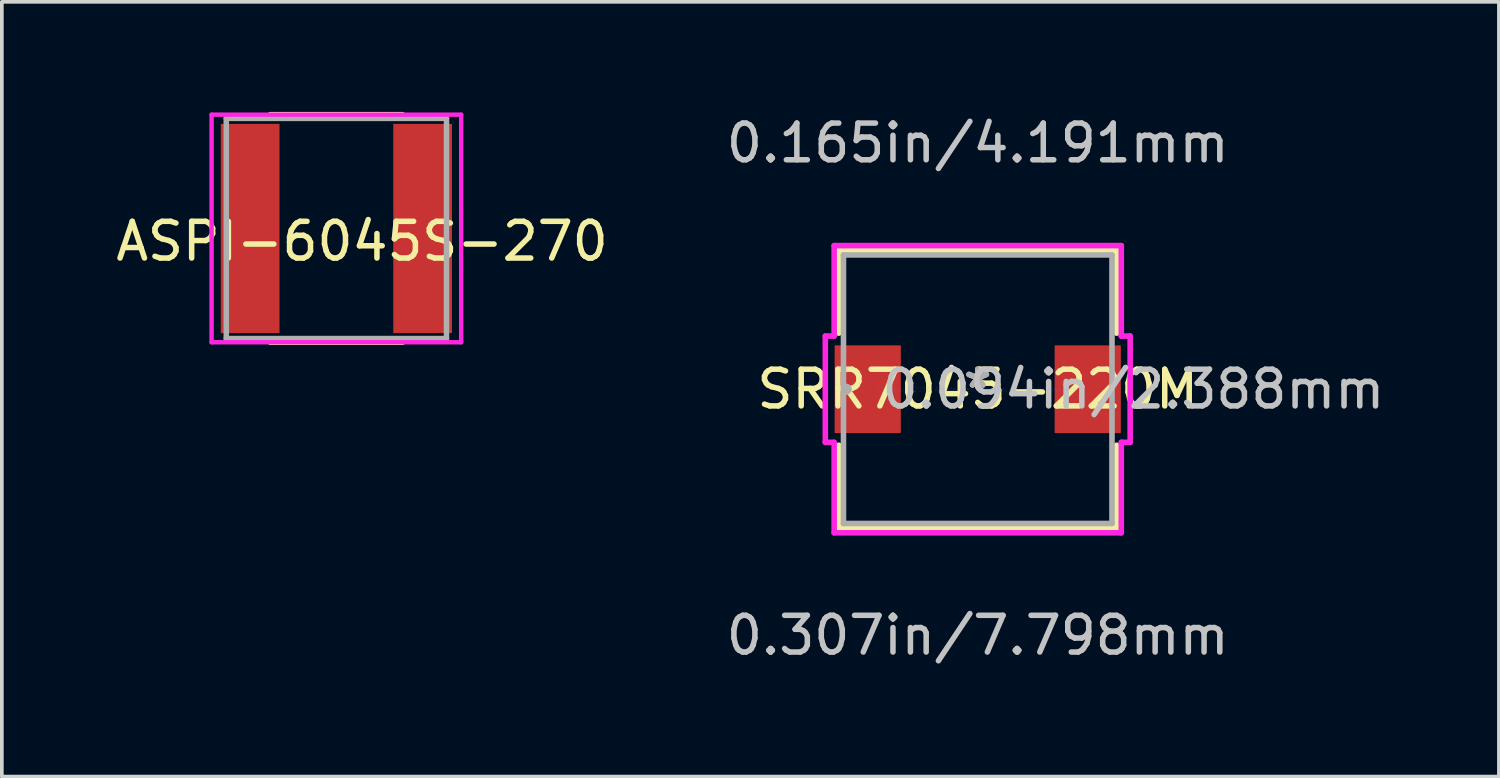
<source format=kicad_pcb>
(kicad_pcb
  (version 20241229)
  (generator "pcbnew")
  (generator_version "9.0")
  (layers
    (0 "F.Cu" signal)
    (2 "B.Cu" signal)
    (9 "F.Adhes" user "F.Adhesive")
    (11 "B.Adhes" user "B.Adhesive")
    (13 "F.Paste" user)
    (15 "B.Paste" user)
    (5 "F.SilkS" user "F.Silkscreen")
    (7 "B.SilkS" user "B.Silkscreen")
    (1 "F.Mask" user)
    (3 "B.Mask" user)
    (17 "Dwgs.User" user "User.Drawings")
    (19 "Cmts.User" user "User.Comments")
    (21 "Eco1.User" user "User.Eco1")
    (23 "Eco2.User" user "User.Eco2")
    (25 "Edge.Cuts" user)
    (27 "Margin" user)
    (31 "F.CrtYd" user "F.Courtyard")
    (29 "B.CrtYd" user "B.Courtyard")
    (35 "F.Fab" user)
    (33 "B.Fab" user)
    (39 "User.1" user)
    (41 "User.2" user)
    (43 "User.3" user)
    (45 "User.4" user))
  (footprint "ASPI-6045S-270"
    (layer "F.Cu")
    (at 6.115 3.175)
    (property "Reference" "ASPI-6045S-270" (at 0.7 0.35 0) (layer "F.SilkS") (effects (font (size 1 1) (thickness 0.15))))
    (attr through_hole)
    (fp_line (start -1.8 -3.1) (end 1.8 -3.1) (stroke (width 0.15) (type solid)) (layer "F.SilkS"))
    (fp_line (start -1.8 3.1) (end 1.8 3.1) (stroke (width 0.15) (type solid)) (layer "F.SilkS"))
    (fp_line (start -3.4 -3.1) (end 3.4 -3.1) (stroke (width 0.12) (type solid)) (layer "F.CrtYd"))
    (fp_line (start -3.4 3.1) (end -3.4 -3.1) (stroke (width 0.12) (type solid)) (layer "F.CrtYd"))
    (fp_line (start 3.4 -3.1) (end 3.4 3.1) (stroke (width 0.12) (type solid)) (layer "F.CrtYd"))
    (fp_line (start 3.4 3.1) (end -3.4 3.1) (stroke (width 0.12) (type solid)) (layer "F.CrtYd"))
    (fp_line (start -3 -3) (end -3 3) (stroke (width 0.15) (type solid)) (layer "F.Fab"))
    (fp_line (start -3 -3) (end 3 -3) (stroke (width 0.15) (type solid)) (layer "F.Fab"))
    (fp_line (start -3 3) (end 3 3) (stroke (width 0.15) (type solid)) (layer "F.Fab"))
    (fp_line (start 3 -3) (end 3 3) (stroke (width 0.15) (type solid)) (layer "F.Fab"))
    (pad "1" smd rect (at -2.35 0) (size 1.6 5.7) (layers "F.Cu" "F.Mask" "F.Paste"))
    (pad "2" smd rect (at 2.35 0) (size 1.6 5.7) (layers "F.Cu" "F.Mask" "F.Paste")))
  (footprint "SRR7045-220M"
    (layer "F.Cu")
    (at 23.589 7.554)
    (property "Reference" "SRR7045-220M" (at 0 0 0) (layer "F.SilkS") (effects (font (size 1 1) (thickness 0.15))))
    (attr through_hole)
    (fp_line (start -3.785 -3.785) (end -3.785 -1.527) (stroke (width 0.152) (type solid)) (layer "F.SilkS"))
    (fp_line (start -3.785 1.527) (end -3.785 3.785) (stroke (width 0.152) (type solid)) (layer "F.SilkS"))
    (fp_line (start -3.785 3.785) (end 3.785 3.785) (stroke (width 0.152) (type solid)) (layer "F.SilkS"))
    (fp_line (start 3.785 -3.785) (end -3.785 -3.785) (stroke (width 0.152) (type solid)) (layer "F.SilkS"))
    (fp_line (start 3.785 -1.527) (end 3.785 -3.785) (stroke (width 0.152) (type solid)) (layer "F.SilkS"))
    (fp_line (start 3.785 3.785) (end 3.785 1.527) (stroke (width 0.152) (type solid)) (layer "F.SilkS"))
    (fp_line (start -4.153 -1.448) (end -3.912 -1.448) (stroke (width 0.152) (type solid)) (layer "F.CrtYd"))
    (fp_line (start -4.153 1.448) (end -4.153 -1.448) (stroke (width 0.152) (type solid)) (layer "F.CrtYd"))
    (fp_line (start -3.912 -3.912) (end 3.912 -3.912) (stroke (width 0.152) (type solid)) (layer "F.CrtYd"))
    (fp_line (start -3.912 -1.448) (end -3.912 -3.912) (stroke (width 0.152) (type solid)) (layer "F.CrtYd"))
    (fp_line (start -3.912 1.448) (end -4.153 1.448) (stroke (width 0.152) (type solid)) (layer "F.CrtYd"))
    (fp_line (start -3.912 3.912) (end -3.912 1.448) (stroke (width 0.152) (type solid)) (layer "F.CrtYd"))
    (fp_line (start 3.912 -3.912) (end 3.912 -1.448) (stroke (width 0.152) (type solid)) (layer "F.CrtYd"))
    (fp_line (start 3.912 -1.448) (end 4.153 -1.448) (stroke (width 0.152) (type solid)) (layer "F.CrtYd"))
    (fp_line (start 3.912 1.448) (end 3.912 3.912) (stroke (width 0.152) (type solid)) (layer "F.CrtYd"))
    (fp_line (start 3.912 3.912) (end -3.912 3.912) (stroke (width 0.152) (type solid)) (layer "F.CrtYd"))
    (fp_line (start 4.153 -1.448) (end 4.153 1.448) (stroke (width 0.152) (type solid)) (layer "F.CrtYd"))
    (fp_line (start 4.153 1.448) (end 3.912 1.448) (stroke (width 0.152) (type solid)) (layer "F.CrtYd"))
    (fp_line (start -3.658 -3.658) (end -3.658 3.658) (stroke (width 0.152) (type solid)) (layer "F.Fab"))
    (fp_line (start -3.658 3.658) (end 3.658 3.658) (stroke (width 0.152) (type solid)) (layer "F.Fab"))
    (fp_line (start 3.658 -3.658) (end -3.658 -3.658) (stroke (width 0.152) (type solid)) (layer "F.Fab"))
    (fp_line (start 3.658 3.658) (end 3.658 -3.658) (stroke (width 0.152) (type solid)) (layer "F.Fab"))
    (fp_circle (center -3.581 0) (end -3.581 0) (stroke (width 0.152) (type solid)) (fill no) (layer "F.Fab"))
    (fp_text user "*" (at 0 0 0) (layer "F.SilkS") (effects (font (size 1 1) (thickness 0.15))))
    (fp_text user "0.165in/4.191mm" (at 0 -6.706 0) (layer "Dwgs.User") (effects (font (size 1 1) (thickness 0.15))))
    (fp_text user "0.307in/7.798mm" (at 0 6.706 0) (layer "Dwgs.User") (effects (font (size 1 1) (thickness 0.15))))
    (fp_text user "0.094in/2.388mm" (at 4.242 0 0) (layer "Dwgs.User") (effects (font (size 1 1) (thickness 0.15))))
    (fp_text user "Copyright 2016 Accelerated Designs. All rights reserved." (at 0 0 0) (layer "Cmts.User") (effects (font (size 0.127 0.127) (thickness 0.002))))
    (fp_text user "*" (at 0 0 0) (layer "F.Fab") (effects (font (size 1 1) (thickness 0.15))))
    (pad "1" smd rect (at -2.997 0) (size 1.803 2.388) (layers "F.Cu" "F.Mask" "F.Paste"))
    (pad "2" smd rect (at 2.997 0) (size 1.803 2.388) (layers "F.Cu" "F.Mask" "F.Paste")))
  (gr_rect
    (start -3 -3)
    (end 37.789 18.108)
    (stroke (width 0.1) (type default))
    (fill no)
    (layer "Edge.Cuts")))
</source>
